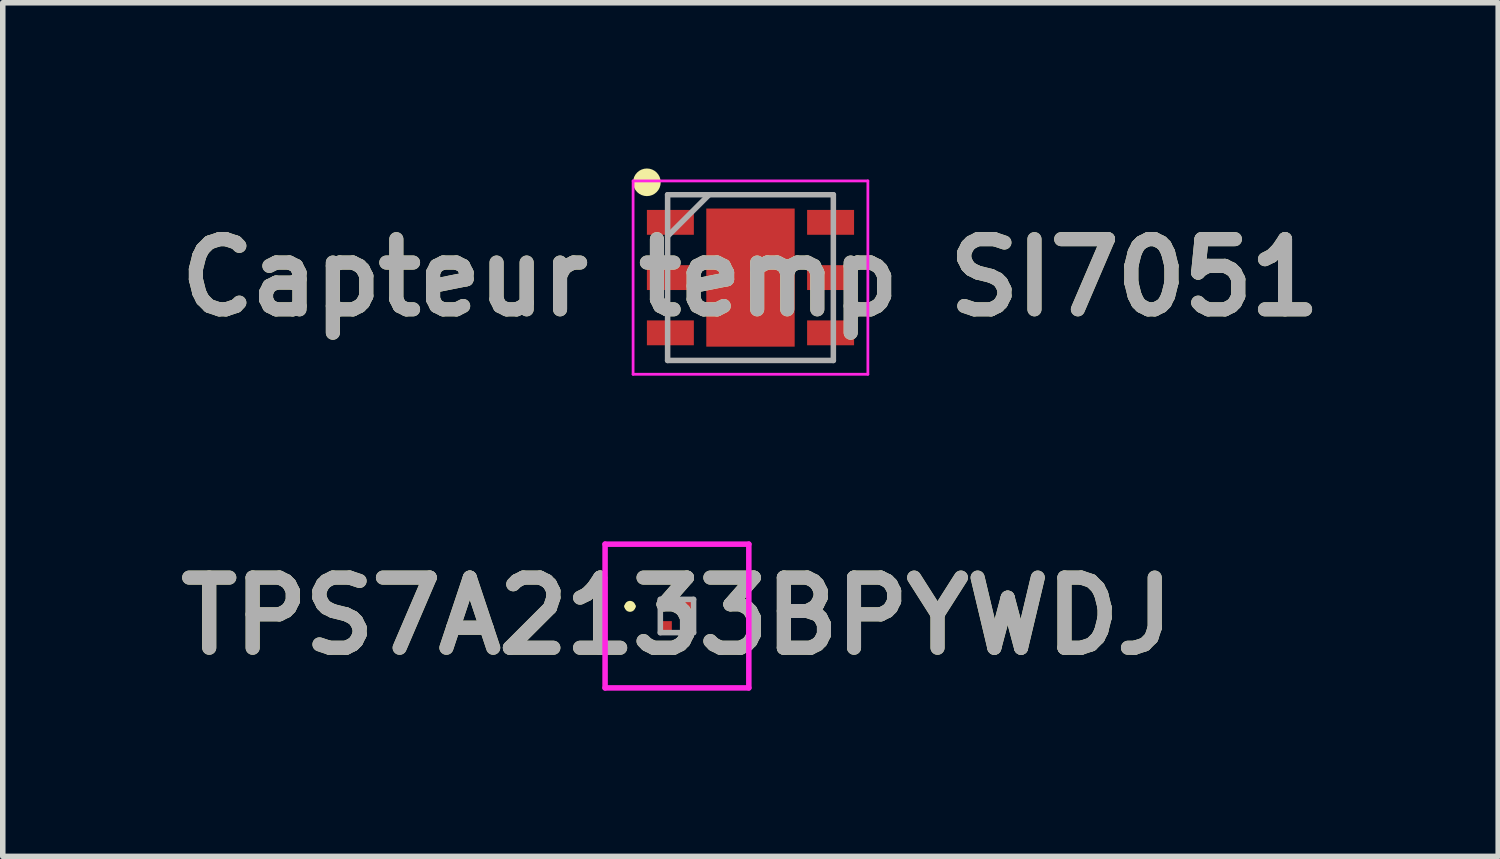
<source format=kicad_pcb>
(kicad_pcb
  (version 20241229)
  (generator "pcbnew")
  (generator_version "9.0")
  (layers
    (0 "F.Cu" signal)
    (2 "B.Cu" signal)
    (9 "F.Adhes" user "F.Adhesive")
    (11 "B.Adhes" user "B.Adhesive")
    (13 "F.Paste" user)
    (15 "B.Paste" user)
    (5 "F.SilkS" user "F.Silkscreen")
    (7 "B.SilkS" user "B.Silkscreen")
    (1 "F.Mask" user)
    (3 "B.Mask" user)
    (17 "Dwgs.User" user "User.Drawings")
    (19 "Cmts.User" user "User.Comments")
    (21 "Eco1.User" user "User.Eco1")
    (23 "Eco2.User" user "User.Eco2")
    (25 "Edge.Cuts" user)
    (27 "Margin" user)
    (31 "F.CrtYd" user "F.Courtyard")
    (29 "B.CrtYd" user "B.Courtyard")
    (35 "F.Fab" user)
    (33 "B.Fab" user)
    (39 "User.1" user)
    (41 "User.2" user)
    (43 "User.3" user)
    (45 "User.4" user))
  (footprint "Capteur temp SI7051"
    (layer "F.Cu")
    (at 10.535 1.975)
    (property "Reference" "Capteur temp SI7051" (at 0 0 0) (layer "F.SilkS") (effects (font (size 1.27 1.27) (thickness 0.254))))
    (attr smd)
    (fp_circle (center -1.875 -1.725) (end -1.875 -1.6) (stroke (width 0.25) (type solid)) (fill no) (layer "F.SilkS"))
    (fp_line (start -2.125 -1.75) (end 2.125 -1.75) (stroke (width 0.05) (type solid)) (layer "F.CrtYd"))
    (fp_line (start -2.125 1.75) (end -2.125 -1.75) (stroke (width 0.05) (type solid)) (layer "F.CrtYd"))
    (fp_line (start 2.125 -1.75) (end 2.125 1.75) (stroke (width 0.05) (type solid)) (layer "F.CrtYd"))
    (fp_line (start 2.125 1.75) (end -2.125 1.75) (stroke (width 0.05) (type solid)) (layer "F.CrtYd"))
    (fp_line (start -1.5 -1.5) (end 1.5 -1.5) (stroke (width 0.1) (type solid)) (layer "F.Fab"))
    (fp_line (start -1.5 -0.75) (end -0.75 -1.5) (stroke (width 0.1) (type solid)) (layer "F.Fab"))
    (fp_line (start -1.5 1.5) (end -1.5 -1.5) (stroke (width 0.1) (type solid)) (layer "F.Fab"))
    (fp_line (start 1.5 -1.5) (end 1.5 1.5) (stroke (width 0.1) (type solid)) (layer "F.Fab"))
    (fp_line (start 1.5 1.5) (end -1.5 1.5) (stroke (width 0.1) (type solid)) (layer "F.Fab"))
    (fp_text user "${REFERENCE}" (at 0 0 0) (layer "F.Fab") (effects (font (size 1.27 1.27) (thickness 0.254))))
    (pad "1" smd rect (at -1.45 -1 90) (size 0.45 0.85) (layers "F.Cu" "F.Mask" "F.Paste"))
    (pad "2" smd rect (at -1.45 0 90) (size 0.45 0.85) (layers "F.Cu" "F.Mask" "F.Paste"))
    (pad "3" smd rect (at -1.45 1 90) (size 0.45 0.85) (layers "F.Cu" "F.Mask" "F.Paste"))
    (pad "4" smd rect (at 1.45 1 90) (size 0.45 0.85) (layers "F.Cu" "F.Mask" "F.Paste"))
    (pad "5" smd rect (at 1.45 0 90) (size 0.45 0.85) (layers "F.Cu" "F.Mask" "F.Paste"))
    (pad "6" smd rect (at 1.45 -1 90) (size 0.45 0.85) (layers "F.Cu" "F.Mask" "F.Paste"))
    (pad "7" smd rect (at 0 0) (size 1.6 2.5) (layers "F.Cu" "F.Mask" "F.Paste")))
  (footprint "TPS7A2133BPYWDJ"
    (layer "F.Cu")
    (at 9.204 8.101)
    (property "Reference" "TPS7A2133BPYWDJ" (at 0 0 0) (layer "F.SilkS") (effects (font (size 1.27 1.27) (thickness 0.254))))
    (attr smd)
    (fp_line (start -0.9 -0.175) (end -0.9 -0.175) (stroke (width 0.1) (type solid)) (layer "F.SilkS"))
    (fp_line (start -0.8 -0.175) (end -0.8 -0.175) (stroke (width 0.1) (type solid)) (layer "F.SilkS"))
    (fp_arc (start -0.9 -0.175) (mid -0.85 -0.225) (end -0.8 -0.175) (stroke (width 0.1) (type solid)) (layer "F.SilkS"))
    (fp_arc (start -0.8 -0.175) (mid -0.85 -0.125) (end -0.9 -0.175) (stroke (width 0.1) (type solid)) (layer "F.SilkS"))
    (fp_line (start -1.301 -1.301) (end 1.301 -1.301) (stroke (width 0.1) (type solid)) (layer "F.CrtYd"))
    (fp_line (start -1.301 1.301) (end -1.301 -1.301) (stroke (width 0.1) (type solid)) (layer "F.CrtYd"))
    (fp_line (start 1.301 -1.301) (end 1.301 1.301) (stroke (width 0.1) (type solid)) (layer "F.CrtYd"))
    (fp_line (start 1.301 1.301) (end -1.301 1.301) (stroke (width 0.1) (type solid)) (layer "F.CrtYd"))
    (fp_line (start -0.301 -0.301) (end 0.301 -0.301) (stroke (width 0.1) (type solid)) (layer "F.Fab"))
    (fp_line (start -0.301 0.301) (end -0.301 -0.301) (stroke (width 0.1) (type solid)) (layer "F.Fab"))
    (fp_line (start 0.301 -0.301) (end 0.301 0.301) (stroke (width 0.1) (type solid)) (layer "F.Fab"))
    (fp_line (start 0.301 0.301) (end -0.301 0.301) (stroke (width 0.1) (type solid)) (layer "F.Fab"))
    (fp_text user "${REFERENCE}" (at 0 0 0) (layer "F.Fab") (effects (font (size 1.27 1.27) (thickness 0.254))))
    (pad "A1" smd rect (at -0.175 -0.175 90) (size 0.165 0.165) (layers "F.Cu" "F.Mask" "F.Paste"))
    (pad "A2" smd rect (at 0.175 -0.175 90) (size 0.165 0.165) (layers "F.Cu" "F.Mask" "F.Paste"))
    (pad "B1" smd rect (at -0.175 0.175 90) (size 0.165 0.165) (layers "F.Cu" "F.Mask" "F.Paste"))
    (pad "B2" smd rect (at 0.175 0.175 90) (size 0.165 0.165) (layers "F.Cu" "F.Mask" "F.Paste")))
  (gr_rect
    (start -3 -3)
    (end 24.07 12.452)
    (stroke (width 0.1) (type default))
    (fill no)
    (layer "Edge.Cuts")))
</source>
